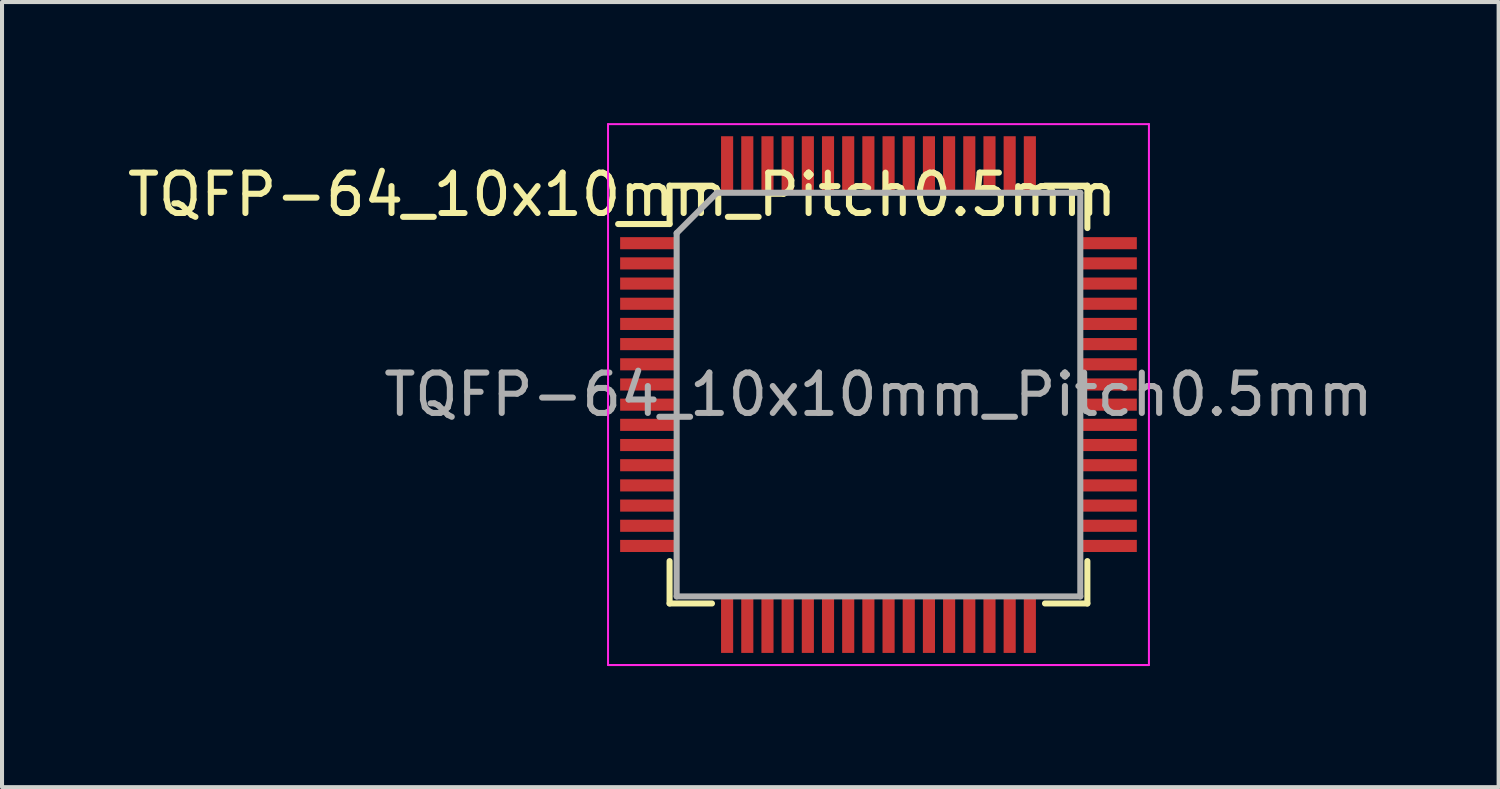
<source format=kicad_pcb>
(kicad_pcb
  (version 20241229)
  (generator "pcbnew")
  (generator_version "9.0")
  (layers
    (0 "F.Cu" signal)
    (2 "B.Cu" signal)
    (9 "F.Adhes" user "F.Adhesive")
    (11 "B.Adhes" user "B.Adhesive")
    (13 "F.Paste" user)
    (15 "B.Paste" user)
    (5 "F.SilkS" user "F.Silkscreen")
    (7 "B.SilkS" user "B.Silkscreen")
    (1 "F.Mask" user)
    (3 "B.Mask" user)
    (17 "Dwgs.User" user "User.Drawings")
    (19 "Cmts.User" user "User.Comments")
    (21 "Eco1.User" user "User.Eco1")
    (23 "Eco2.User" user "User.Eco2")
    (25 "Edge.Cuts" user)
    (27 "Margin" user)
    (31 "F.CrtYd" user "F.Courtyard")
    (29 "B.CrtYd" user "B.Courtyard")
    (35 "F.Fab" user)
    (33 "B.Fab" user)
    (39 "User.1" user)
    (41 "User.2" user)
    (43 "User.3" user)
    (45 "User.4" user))
  (footprint "TQFP-64_10x10mm_Pitch0.5mm"
    (layer "F.Cu")
    (at 18.713 6.725)
    (property "Reference" "TQFP-64_10x10mm_Pitch0.5mm" (at -6.35 -4.953 0) (layer "F.SilkS") (effects (font (size 1 1) (thickness 0.15))))
    (attr smd)
    (fp_line (start -5.175 -5.175) (end -5.175 -4.225) (stroke (width 0.15) (type solid)) (layer "F.SilkS"))
    (fp_line (start -5.175 -5.175) (end -4.125 -5.175) (stroke (width 0.15) (type solid)) (layer "F.SilkS"))
    (fp_line (start -5.175 -4.225) (end -6.45 -4.225) (stroke (width 0.15) (type solid)) (layer "F.SilkS"))
    (fp_line (start -5.175 5.175) (end -5.175 4.125) (stroke (width 0.15) (type solid)) (layer "F.SilkS"))
    (fp_line (start -5.175 5.175) (end -4.125 5.175) (stroke (width 0.15) (type solid)) (layer "F.SilkS"))
    (fp_line (start 5.175 -5.175) (end 4.125 -5.175) (stroke (width 0.15) (type solid)) (layer "F.SilkS"))
    (fp_line (start 5.175 -5.175) (end 5.175 -4.125) (stroke (width 0.15) (type solid)) (layer "F.SilkS"))
    (fp_line (start 5.175 5.175) (end 4.125 5.175) (stroke (width 0.15) (type solid)) (layer "F.SilkS"))
    (fp_line (start 5.175 5.175) (end 5.175 4.125) (stroke (width 0.15) (type solid)) (layer "F.SilkS"))
    (fp_line (start -6.7 -6.7) (end -6.7 6.7) (stroke (width 0.05) (type solid)) (layer "F.CrtYd"))
    (fp_line (start -6.7 -6.7) (end 6.7 -6.7) (stroke (width 0.05) (type solid)) (layer "F.CrtYd"))
    (fp_line (start -6.7 6.7) (end 6.7 6.7) (stroke (width 0.05) (type solid)) (layer "F.CrtYd"))
    (fp_line (start 6.7 -6.7) (end 6.7 6.7) (stroke (width 0.05) (type solid)) (layer "F.CrtYd"))
    (fp_line (start -5 -4) (end -4 -5) (stroke (width 0.15) (type solid)) (layer "F.Fab"))
    (fp_line (start -5 5) (end -5 -4) (stroke (width 0.15) (type solid)) (layer "F.Fab"))
    (fp_line (start -4 -5) (end 5 -5) (stroke (width 0.15) (type solid)) (layer "F.Fab"))
    (fp_line (start 5 -5) (end 5 5) (stroke (width 0.15) (type solid)) (layer "F.Fab"))
    (fp_line (start 5 5) (end -5 5) (stroke (width 0.15) (type solid)) (layer "F.Fab"))
    (fp_text user "${REFERENCE}" (at 0 0 0) (layer "F.Fab") (effects (font (size 1 1) (thickness 0.15))))
    (pad "1" smd rect (at -5.7 -3.75) (size 1.4 0.3) (layers "F.Cu" "F.Mask" "F.Paste"))
    (pad "2" smd rect (at -5.7 -3.25) (size 1.4 0.3) (layers "F.Cu" "F.Mask" "F.Paste"))
    (pad "3" smd rect (at -5.7 -2.75) (size 1.4 0.3) (layers "F.Cu" "F.Mask" "F.Paste"))
    (pad "4" smd rect (at -5.7 -2.25) (size 1.4 0.3) (layers "F.Cu" "F.Mask" "F.Paste"))
    (pad "5" smd rect (at -5.7 -1.75) (size 1.4 0.3) (layers "F.Cu" "F.Mask" "F.Paste"))
    (pad "6" smd rect (at -5.7 -1.25) (size 1.4 0.3) (layers "F.Cu" "F.Mask" "F.Paste"))
    (pad "7" smd rect (at -5.7 -0.75) (size 1.4 0.3) (layers "F.Cu" "F.Mask" "F.Paste"))
    (pad "8" smd rect (at -5.7 -0.25) (size 1.4 0.3) (layers "F.Cu" "F.Mask" "F.Paste"))
    (pad "9" smd rect (at -5.7 0.25) (size 1.4 0.3) (layers "F.Cu" "F.Mask" "F.Paste"))
    (pad "10" smd rect (at -5.7 0.75) (size 1.4 0.3) (layers "F.Cu" "F.Mask" "F.Paste"))
    (pad "11" smd rect (at -5.7 1.25) (size 1.4 0.3) (layers "F.Cu" "F.Mask" "F.Paste"))
    (pad "12" smd rect (at -5.7 1.75) (size 1.4 0.3) (layers "F.Cu" "F.Mask" "F.Paste"))
    (pad "13" smd rect (at -5.7 2.25) (size 1.4 0.3) (layers "F.Cu" "F.Mask" "F.Paste"))
    (pad "14" smd rect (at -5.7 2.75) (size 1.4 0.3) (layers "F.Cu" "F.Mask" "F.Paste"))
    (pad "15" smd rect (at -5.7 3.25) (size 1.4 0.3) (layers "F.Cu" "F.Mask" "F.Paste"))
    (pad "16" smd rect (at -5.7 3.75) (size 1.4 0.3) (layers "F.Cu" "F.Mask" "F.Paste"))
    (pad "17" smd rect (at -3.75 5.7 90) (size 1.4 0.3) (layers "F.Cu" "F.Mask" "F.Paste"))
    (pad "18" smd rect (at -3.25 5.7 90) (size 1.4 0.3) (layers "F.Cu" "F.Mask" "F.Paste"))
    (pad "19" smd rect (at -2.75 5.7 90) (size 1.4 0.3) (layers "F.Cu" "F.Mask" "F.Paste"))
    (pad "20" smd rect (at -2.25 5.7 90) (size 1.4 0.3) (layers "F.Cu" "F.Mask" "F.Paste"))
    (pad "21" smd rect (at -1.75 5.7 90) (size 1.4 0.3) (layers "F.Cu" "F.Mask" "F.Paste"))
    (pad "22" smd rect (at -1.25 5.7 90) (size 1.4 0.3) (layers "F.Cu" "F.Mask" "F.Paste"))
    (pad "23" smd rect (at -0.75 5.7 90) (size 1.4 0.3) (layers "F.Cu" "F.Mask" "F.Paste"))
    (pad "24" smd rect (at -0.25 5.7 90) (size 1.4 0.3) (layers "F.Cu" "F.Mask" "F.Paste"))
    (pad "25" smd rect (at 0.25 5.7 90) (size 1.4 0.3) (layers "F.Cu" "F.Mask" "F.Paste"))
    (pad "26" smd rect (at 0.75 5.7 90) (size 1.4 0.3) (layers "F.Cu" "F.Mask" "F.Paste"))
    (pad "27" smd rect (at 1.25 5.7 90) (size 1.4 0.3) (layers "F.Cu" "F.Mask" "F.Paste"))
    (pad "28" smd rect (at 1.75 5.7 90) (size 1.4 0.3) (layers "F.Cu" "F.Mask" "F.Paste"))
    (pad "29" smd rect (at 2.25 5.7 90) (size 1.4 0.3) (layers "F.Cu" "F.Mask" "F.Paste"))
    (pad "30" smd rect (at 2.75 5.7 90) (size 1.4 0.3) (layers "F.Cu" "F.Mask" "F.Paste"))
    (pad "31" smd rect (at 3.25 5.7 90) (size 1.4 0.3) (layers "F.Cu" "F.Mask" "F.Paste"))
    (pad "32" smd rect (at 3.75 5.7 90) (size 1.4 0.3) (layers "F.Cu" "F.Mask" "F.Paste"))
    (pad "33" smd rect (at 5.7 3.75) (size 1.4 0.3) (layers "F.Cu" "F.Mask" "F.Paste"))
    (pad "34" smd rect (at 5.7 3.25) (size 1.4 0.3) (layers "F.Cu" "F.Mask" "F.Paste"))
    (pad "35" smd rect (at 5.7 2.75) (size 1.4 0.3) (layers "F.Cu" "F.Mask" "F.Paste"))
    (pad "36" smd rect (at 5.7 2.25) (size 1.4 0.3) (layers "F.Cu" "F.Mask" "F.Paste"))
    (pad "37" smd rect (at 5.7 1.75) (size 1.4 0.3) (layers "F.Cu" "F.Mask" "F.Paste"))
    (pad "38" smd rect (at 5.7 1.25) (size 1.4 0.3) (layers "F.Cu" "F.Mask" "F.Paste"))
    (pad "39" smd rect (at 5.7 0.75) (size 1.4 0.3) (layers "F.Cu" "F.Mask" "F.Paste"))
    (pad "40" smd rect (at 5.7 0.25) (size 1.4 0.3) (layers "F.Cu" "F.Mask" "F.Paste"))
    (pad "41" smd rect (at 5.7 -0.25) (size 1.4 0.3) (layers "F.Cu" "F.Mask" "F.Paste"))
    (pad "42" smd rect (at 5.7 -0.75) (size 1.4 0.3) (layers "F.Cu" "F.Mask" "F.Paste"))
    (pad "43" smd rect (at 5.7 -1.25) (size 1.4 0.3) (layers "F.Cu" "F.Mask" "F.Paste"))
    (pad "44" smd rect (at 5.7 -1.75) (size 1.4 0.3) (layers "F.Cu" "F.Mask" "F.Paste"))
    (pad "45" smd rect (at 5.7 -2.25) (size 1.4 0.3) (layers "F.Cu" "F.Mask" "F.Paste"))
    (pad "46" smd rect (at 5.7 -2.75) (size 1.4 0.3) (layers "F.Cu" "F.Mask" "F.Paste"))
    (pad "47" smd rect (at 5.7 -3.25) (size 1.4 0.3) (layers "F.Cu" "F.Mask" "F.Paste"))
    (pad "48" smd rect (at 5.7 -3.75) (size 1.4 0.3) (layers "F.Cu" "F.Mask" "F.Paste"))
    (pad "49" smd rect (at 3.75 -5.7 90) (size 1.4 0.3) (layers "F.Cu" "F.Mask" "F.Paste"))
    (pad "50" smd rect (at 3.25 -5.7 90) (size 1.4 0.3) (layers "F.Cu" "F.Mask" "F.Paste"))
    (pad "51" smd rect (at 2.75 -5.7 90) (size 1.4 0.3) (layers "F.Cu" "F.Mask" "F.Paste"))
    (pad "52" smd rect (at 2.25 -5.7 90) (size 1.4 0.3) (layers "F.Cu" "F.Mask" "F.Paste"))
    (pad "53" smd rect (at 1.75 -5.7 90) (size 1.4 0.3) (layers "F.Cu" "F.Mask" "F.Paste"))
    (pad "54" smd rect (at 1.25 -5.7 90) (size 1.4 0.3) (layers "F.Cu" "F.Mask" "F.Paste"))
    (pad "55" smd rect (at 0.75 -5.7 90) (size 1.4 0.3) (layers "F.Cu" "F.Mask" "F.Paste"))
    (pad "56" smd rect (at 0.25 -5.7 90) (size 1.4 0.3) (layers "F.Cu" "F.Mask" "F.Paste"))
    (pad "57" smd rect (at -0.25 -5.7 90) (size 1.4 0.3) (layers "F.Cu" "F.Mask" "F.Paste"))
    (pad "58" smd rect (at -0.75 -5.7 90) (size 1.4 0.3) (layers "F.Cu" "F.Mask" "F.Paste"))
    (pad "59" smd rect (at -1.25 -5.7 90) (size 1.4 0.3) (layers "F.Cu" "F.Mask" "F.Paste"))
    (pad "60" smd rect (at -1.75 -5.7 90) (size 1.4 0.3) (layers "F.Cu" "F.Mask" "F.Paste"))
    (pad "61" smd rect (at -2.25 -5.7 90) (size 1.4 0.3) (layers "F.Cu" "F.Mask" "F.Paste"))
    (pad "62" smd rect (at -2.75 -5.7 90) (size 1.4 0.3) (layers "F.Cu" "F.Mask" "F.Paste"))
    (pad "63" smd rect (at -3.25 -5.7 90) (size 1.4 0.3) (layers "F.Cu" "F.Mask" "F.Paste"))
    (pad "64" smd rect (at -3.75 -5.7 90) (size 1.4 0.3) (layers "F.Cu" "F.Mask" "F.Paste")))
  (gr_rect
    (start -3 -3)
    (end 34.076 16.45)
    (stroke (width 0.1) (type default))
    (fill no)
    (layer "Edge.Cuts")))
</source>
